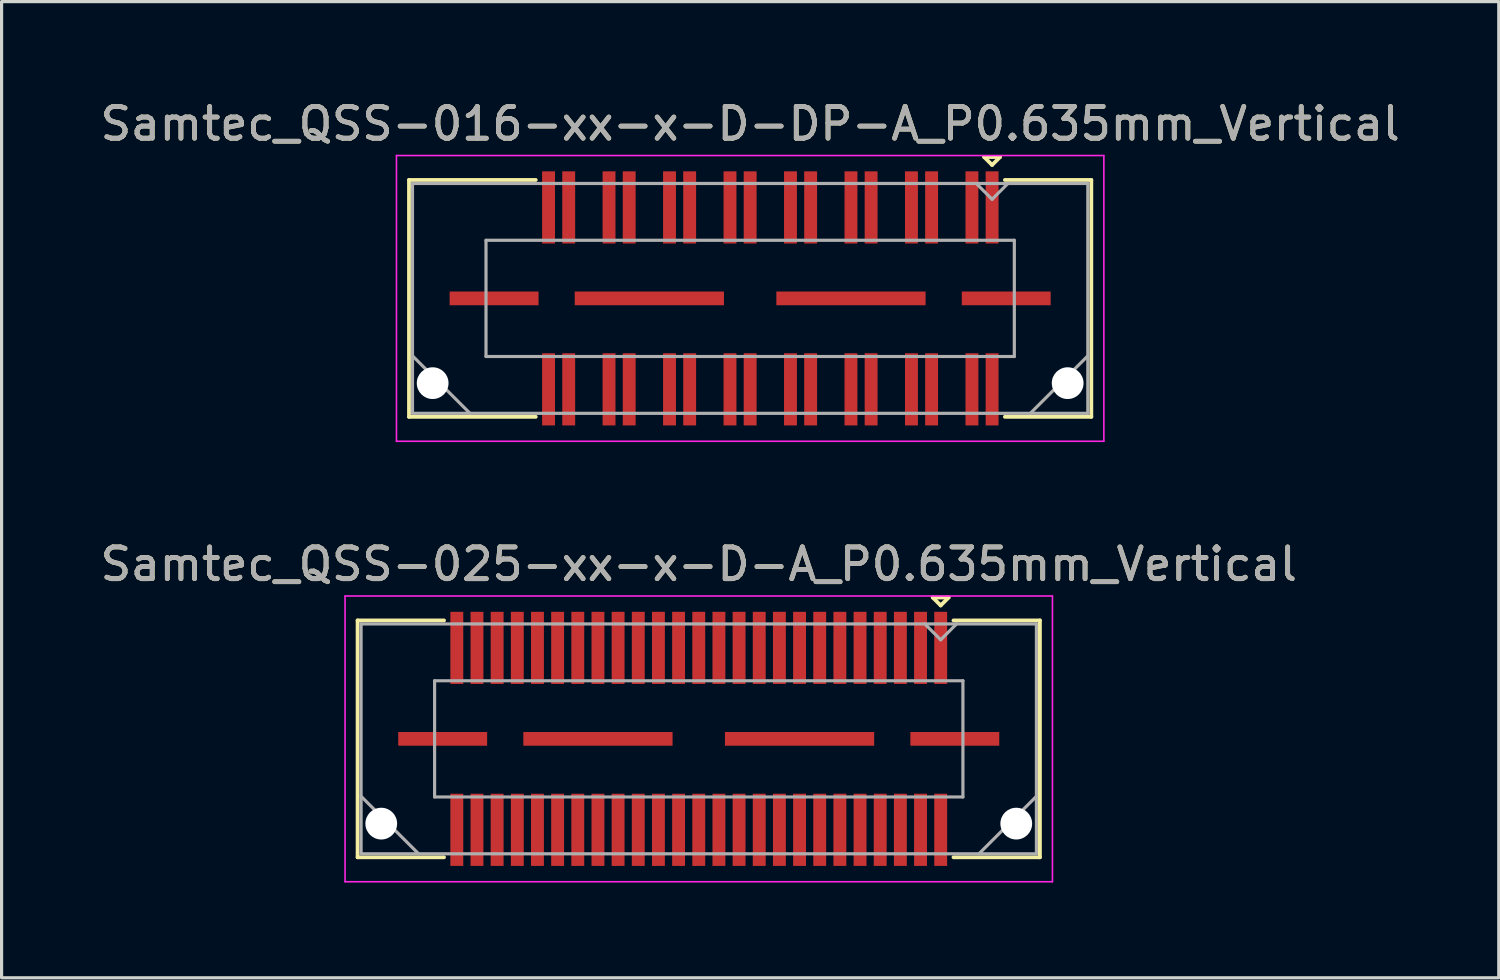
<source format=kicad_pcb>
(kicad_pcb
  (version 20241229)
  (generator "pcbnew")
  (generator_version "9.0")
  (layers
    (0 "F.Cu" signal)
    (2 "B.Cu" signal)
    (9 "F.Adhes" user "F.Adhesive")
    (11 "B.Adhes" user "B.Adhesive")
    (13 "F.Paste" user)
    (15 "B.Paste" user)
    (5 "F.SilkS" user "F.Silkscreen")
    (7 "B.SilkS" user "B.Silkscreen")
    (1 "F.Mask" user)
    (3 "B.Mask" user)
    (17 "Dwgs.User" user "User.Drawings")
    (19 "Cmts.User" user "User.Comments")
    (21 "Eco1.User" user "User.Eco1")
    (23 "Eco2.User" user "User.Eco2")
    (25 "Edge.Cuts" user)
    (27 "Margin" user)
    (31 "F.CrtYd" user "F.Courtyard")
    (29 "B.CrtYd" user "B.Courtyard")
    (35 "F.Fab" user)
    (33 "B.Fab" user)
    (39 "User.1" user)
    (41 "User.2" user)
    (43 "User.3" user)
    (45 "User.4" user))
  (footprint "Samtec_QSS-025-xx-x-D-A_P0.635mm_Vertical"
    (layer "F.Cu")
    (at 18.958 20.221)
    (property "Reference" "Samtec_QSS-025-xx-x-D-A_P0.635mm_Vertical" (at 0 -5.5 0) (layer "F.SilkS") (effects (font (size 1 1) (thickness 0.15))))
    (attr smd)
    (fp_line (start -10.745 -3.73) (end -8.023 -3.73) (stroke (width 0.12) (type solid)) (layer "F.SilkS"))
    (fp_line (start -10.745 3.73) (end -10.745 -3.73) (stroke (width 0.12) (type solid)) (layer "F.SilkS"))
    (fp_line (start -8.023 3.73) (end -10.745 3.73) (stroke (width 0.12) (type solid)) (layer "F.SilkS"))
    (fp_line (start 7.37 -4.452) (end 7.87 -4.452) (stroke (width 0.12) (type solid)) (layer "F.SilkS"))
    (fp_line (start 7.62 -4.202) (end 7.37 -4.452) (stroke (width 0.12) (type solid)) (layer "F.SilkS"))
    (fp_line (start 7.87 -4.452) (end 7.62 -4.202) (stroke (width 0.12) (type solid)) (layer "F.SilkS"))
    (fp_line (start 8.023 3.73) (end 10.745 3.73) (stroke (width 0.12) (type solid)) (layer "F.SilkS"))
    (fp_line (start 10.745 -3.73) (end 8.023 -3.73) (stroke (width 0.12) (type solid)) (layer "F.SilkS"))
    (fp_line (start 10.745 3.73) (end 10.745 -3.73) (stroke (width 0.12) (type solid)) (layer "F.SilkS"))
    (fp_line (start -11.14 -4.5) (end -11.14 4.5) (stroke (width 0.05) (type solid)) (layer "F.CrtYd"))
    (fp_line (start -11.14 4.5) (end 11.14 4.5) (stroke (width 0.05) (type solid)) (layer "F.CrtYd"))
    (fp_line (start 11.14 -4.5) (end -11.14 -4.5) (stroke (width 0.05) (type solid)) (layer "F.CrtYd"))
    (fp_line (start 11.14 4.5) (end 11.14 -4.5) (stroke (width 0.05) (type solid)) (layer "F.CrtYd"))
    (fp_line (start -10.635 -3.62) (end -10.635 3.62) (stroke (width 0.1) (type solid)) (layer "F.Fab"))
    (fp_line (start -10.635 1.81) (end -8.825 3.62) (stroke (width 0.1) (type solid)) (layer "F.Fab"))
    (fp_line (start -10.635 3.62) (end 10.635 3.62) (stroke (width 0.1) (type solid)) (layer "F.Fab"))
    (fp_line (start -8.32 -1.83) (end -8.32 1.83) (stroke (width 0.1) (type solid)) (layer "F.Fab"))
    (fp_line (start -8.32 1.83) (end 8.32 1.83) (stroke (width 0.1) (type solid)) (layer "F.Fab"))
    (fp_line (start 7.62 -3.12) (end 7.12 -3.62) (stroke (width 0.1) (type solid)) (layer "F.Fab"))
    (fp_line (start 8.12 -3.62) (end 7.62 -3.12) (stroke (width 0.1) (type solid)) (layer "F.Fab"))
    (fp_line (start 8.32 -1.83) (end -8.32 -1.83) (stroke (width 0.1) (type solid)) (layer "F.Fab"))
    (fp_line (start 8.32 1.83) (end 8.32 -1.83) (stroke (width 0.1) (type solid)) (layer "F.Fab"))
    (fp_line (start 10.635 -3.62) (end -10.635 -3.62) (stroke (width 0.1) (type solid)) (layer "F.Fab"))
    (fp_line (start 10.635 1.81) (end 8.825 3.62) (stroke (width 0.1) (type solid)) (layer "F.Fab"))
    (fp_line (start 10.635 3.62) (end 10.635 -3.62) (stroke (width 0.1) (type solid)) (layer "F.Fab"))
    (fp_text user "${REFERENCE}" (at 0 -5.5 0) (layer "F.Fab") (effects (font (size 1 1) (thickness 0.15))))
    (pad "" np_thru_hole circle (at -10 2.67) (size 1 1) (drill 1) (layers "*.Cu" "*.Mask"))
    (pad "" np_thru_hole circle (at 10 2.67) (size 1 1) (drill 1) (layers "*.Cu" "*.Mask"))
    (pad "1" smd rect (at 7.62 -2.865) (size 0.406 2.273) (layers "F.Cu" "F.Mask" "F.Paste"))
    (pad "2" smd rect (at 7.62 2.865) (size 0.406 2.273) (layers "F.Cu" "F.Mask" "F.Paste"))
    (pad "3" smd rect (at 6.985 -2.865) (size 0.406 2.273) (layers "F.Cu" "F.Mask" "F.Paste"))
    (pad "4" smd rect (at 6.985 2.865) (size 0.406 2.273) (layers "F.Cu" "F.Mask" "F.Paste"))
    (pad "5" smd rect (at 6.35 -2.865) (size 0.406 2.273) (layers "F.Cu" "F.Mask" "F.Paste"))
    (pad "6" smd rect (at 6.35 2.865) (size 0.406 2.273) (layers "F.Cu" "F.Mask" "F.Paste"))
    (pad "7" smd rect (at 5.715 -2.865) (size 0.406 2.273) (layers "F.Cu" "F.Mask" "F.Paste"))
    (pad "8" smd rect (at 5.715 2.865) (size 0.406 2.273) (layers "F.Cu" "F.Mask" "F.Paste"))
    (pad "9" smd rect (at 5.08 -2.865) (size 0.406 2.273) (layers "F.Cu" "F.Mask" "F.Paste"))
    (pad "10" smd rect (at 5.08 2.865) (size 0.406 2.273) (layers "F.Cu" "F.Mask" "F.Paste"))
    (pad "11" smd rect (at 4.445 -2.865) (size 0.406 2.273) (layers "F.Cu" "F.Mask" "F.Paste"))
    (pad "12" smd rect (at 4.445 2.865) (size 0.406 2.273) (layers "F.Cu" "F.Mask" "F.Paste"))
    (pad "13" smd rect (at 3.81 -2.865) (size 0.406 2.273) (layers "F.Cu" "F.Mask" "F.Paste"))
    (pad "14" smd rect (at 3.81 2.865) (size 0.406 2.273) (layers "F.Cu" "F.Mask" "F.Paste"))
    (pad "15" smd rect (at 3.175 -2.865) (size 0.406 2.273) (layers "F.Cu" "F.Mask" "F.Paste"))
    (pad "16" smd rect (at 3.175 2.865) (size 0.406 2.273) (layers "F.Cu" "F.Mask" "F.Paste"))
    (pad "17" smd rect (at 2.54 -2.865) (size 0.406 2.273) (layers "F.Cu" "F.Mask" "F.Paste"))
    (pad "18" smd rect (at 2.54 2.865) (size 0.406 2.273) (layers "F.Cu" "F.Mask" "F.Paste"))
    (pad "19" smd rect (at 1.905 -2.865) (size 0.406 2.273) (layers "F.Cu" "F.Mask" "F.Paste"))
    (pad "20" smd rect (at 1.905 2.865) (size 0.406 2.273) (layers "F.Cu" "F.Mask" "F.Paste"))
    (pad "21" smd rect (at 1.27 -2.865) (size 0.406 2.273) (layers "F.Cu" "F.Mask" "F.Paste"))
    (pad "22" smd rect (at 1.27 2.865) (size 0.406 2.273) (layers "F.Cu" "F.Mask" "F.Paste"))
    (pad "23" smd rect (at 0.635 -2.865) (size 0.406 2.273) (layers "F.Cu" "F.Mask" "F.Paste"))
    (pad "24" smd rect (at 0.635 2.865) (size 0.406 2.273) (layers "F.Cu" "F.Mask" "F.Paste"))
    (pad "25" smd rect (at 0 -2.865) (size 0.406 2.273) (layers "F.Cu" "F.Mask" "F.Paste"))
    (pad "26" smd rect (at 0 2.865) (size 0.406 2.273) (layers "F.Cu" "F.Mask" "F.Paste"))
    (pad "27" smd rect (at -0.635 -2.865) (size 0.406 2.273) (layers "F.Cu" "F.Mask" "F.Paste"))
    (pad "28" smd rect (at -0.635 2.865) (size 0.406 2.273) (layers "F.Cu" "F.Mask" "F.Paste"))
    (pad "29" smd rect (at -1.27 -2.865) (size 0.406 2.273) (layers "F.Cu" "F.Mask" "F.Paste"))
    (pad "30" smd rect (at -1.27 2.865) (size 0.406 2.273) (layers "F.Cu" "F.Mask" "F.Paste"))
    (pad "31" smd rect (at -1.905 -2.865) (size 0.406 2.273) (layers "F.Cu" "F.Mask" "F.Paste"))
    (pad "32" smd rect (at -1.905 2.865) (size 0.406 2.273) (layers "F.Cu" "F.Mask" "F.Paste"))
    (pad "33" smd rect (at -2.54 -2.865) (size 0.406 2.273) (layers "F.Cu" "F.Mask" "F.Paste"))
    (pad "34" smd rect (at -2.54 2.865) (size 0.406 2.273) (layers "F.Cu" "F.Mask" "F.Paste"))
    (pad "35" smd rect (at -3.175 -2.865) (size 0.406 2.273) (layers "F.Cu" "F.Mask" "F.Paste"))
    (pad "36" smd rect (at -3.175 2.865) (size 0.406 2.273) (layers "F.Cu" "F.Mask" "F.Paste"))
    (pad "37" smd rect (at -3.81 -2.865) (size 0.406 2.273) (layers "F.Cu" "F.Mask" "F.Paste"))
    (pad "38" smd rect (at -3.81 2.865) (size 0.406 2.273) (layers "F.Cu" "F.Mask" "F.Paste"))
    (pad "39" smd rect (at -4.445 -2.865) (size 0.406 2.273) (layers "F.Cu" "F.Mask" "F.Paste"))
    (pad "40" smd rect (at -4.445 2.865) (size 0.406 2.273) (layers "F.Cu" "F.Mask" "F.Paste"))
    (pad "41" smd rect (at -5.08 -2.865) (size 0.406 2.273) (layers "F.Cu" "F.Mask" "F.Paste"))
    (pad "42" smd rect (at -5.08 2.865) (size 0.406 2.273) (layers "F.Cu" "F.Mask" "F.Paste"))
    (pad "43" smd rect (at -5.715 -2.865) (size 0.406 2.273) (layers "F.Cu" "F.Mask" "F.Paste"))
    (pad "44" smd rect (at -5.715 2.865) (size 0.406 2.273) (layers "F.Cu" "F.Mask" "F.Paste"))
    (pad "45" smd rect (at -6.35 -2.865) (size 0.406 2.273) (layers "F.Cu" "F.Mask" "F.Paste"))
    (pad "46" smd rect (at -6.35 2.865) (size 0.406 2.273) (layers "F.Cu" "F.Mask" "F.Paste"))
    (pad "47" smd rect (at -6.985 -2.865) (size 0.406 2.273) (layers "F.Cu" "F.Mask" "F.Paste"))
    (pad "48" smd rect (at -6.985 2.865) (size 0.406 2.273) (layers "F.Cu" "F.Mask" "F.Paste"))
    (pad "49" smd rect (at -7.62 -2.865) (size 0.406 2.273) (layers "F.Cu" "F.Mask" "F.Paste"))
    (pad "50" smd rect (at -7.62 2.865) (size 0.406 2.273) (layers "F.Cu" "F.Mask" "F.Paste"))
    (pad "P1" smd rect (at -8.065 0) (size 2.8 0.432) (layers "F.Cu" "F.Mask" "F.Paste"))
    (pad "P1" smd rect (at -3.175 0) (size 4.7 0.432) (layers "F.Cu" "F.Mask" "F.Paste"))
    (pad "P1" smd rect (at 3.175 0) (size 4.7 0.432) (layers "F.Cu" "F.Mask" "F.Paste"))
    (pad "P1" smd rect (at 8.065 0) (size 2.8 0.432) (layers "F.Cu" "F.Mask" "F.Paste")))
  (footprint "Samtec_QSS-016-xx-x-D-DP-A_P0.635mm_Vertical"
    (layer "F.Cu")
    (at 20.577 6.348)
    (property "Reference" "Samtec_QSS-016-xx-x-D-DP-A_P0.635mm_Vertical" (at 0 -5.5 0) (layer "F.SilkS") (effects (font (size 1 1) (thickness 0.15))))
    (attr smd)
    (fp_line (start -10.745 -3.73) (end -6.753 -3.73) (stroke (width 0.12) (type solid)) (layer "F.SilkS"))
    (fp_line (start -10.745 3.73) (end -10.745 -3.73) (stroke (width 0.12) (type solid)) (layer "F.SilkS"))
    (fp_line (start -6.753 3.73) (end -10.745 3.73) (stroke (width 0.12) (type solid)) (layer "F.SilkS"))
    (fp_line (start 7.37 -4.452) (end 7.87 -4.452) (stroke (width 0.12) (type solid)) (layer "F.SilkS"))
    (fp_line (start 7.62 -4.202) (end 7.37 -4.452) (stroke (width 0.12) (type solid)) (layer "F.SilkS"))
    (fp_line (start 7.87 -4.452) (end 7.62 -4.202) (stroke (width 0.12) (type solid)) (layer "F.SilkS"))
    (fp_line (start 8.023 3.73) (end 10.745 3.73) (stroke (width 0.12) (type solid)) (layer "F.SilkS"))
    (fp_line (start 10.745 -3.73) (end 8.023 -3.73) (stroke (width 0.12) (type solid)) (layer "F.SilkS"))
    (fp_line (start 10.745 3.73) (end 10.745 -3.73) (stroke (width 0.12) (type solid)) (layer "F.SilkS"))
    (fp_line (start -11.14 -4.5) (end -11.14 4.5) (stroke (width 0.05) (type solid)) (layer "F.CrtYd"))
    (fp_line (start -11.14 4.5) (end 11.14 4.5) (stroke (width 0.05) (type solid)) (layer "F.CrtYd"))
    (fp_line (start 11.14 -4.5) (end -11.14 -4.5) (stroke (width 0.05) (type solid)) (layer "F.CrtYd"))
    (fp_line (start 11.14 4.5) (end 11.14 -4.5) (stroke (width 0.05) (type solid)) (layer "F.CrtYd"))
    (fp_line (start -10.635 -3.62) (end -10.635 3.62) (stroke (width 0.1) (type solid)) (layer "F.Fab"))
    (fp_line (start -10.635 1.81) (end -8.825 3.62) (stroke (width 0.1) (type solid)) (layer "F.Fab"))
    (fp_line (start -10.635 3.62) (end 10.635 3.62) (stroke (width 0.1) (type solid)) (layer "F.Fab"))
    (fp_line (start -8.32 -1.83) (end -8.32 1.83) (stroke (width 0.1) (type solid)) (layer "F.Fab"))
    (fp_line (start -8.32 1.83) (end 8.32 1.83) (stroke (width 0.1) (type solid)) (layer "F.Fab"))
    (fp_line (start 7.62 -3.12) (end 7.12 -3.62) (stroke (width 0.1) (type solid)) (layer "F.Fab"))
    (fp_line (start 8.12 -3.62) (end 7.62 -3.12) (stroke (width 0.1) (type solid)) (layer "F.Fab"))
    (fp_line (start 8.32 -1.83) (end -8.32 -1.83) (stroke (width 0.1) (type solid)) (layer "F.Fab"))
    (fp_line (start 8.32 1.83) (end 8.32 -1.83) (stroke (width 0.1) (type solid)) (layer "F.Fab"))
    (fp_line (start 10.635 -3.62) (end -10.635 -3.62) (stroke (width 0.1) (type solid)) (layer "F.Fab"))
    (fp_line (start 10.635 1.81) (end 8.825 3.62) (stroke (width 0.1) (type solid)) (layer "F.Fab"))
    (fp_line (start 10.635 3.62) (end 10.635 -3.62) (stroke (width 0.1) (type solid)) (layer "F.Fab"))
    (fp_text user "${REFERENCE}" (at 0 -5.5 0) (layer "F.Fab") (effects (font (size 1 1) (thickness 0.15))))
    (pad "" np_thru_hole circle (at -10 2.67) (size 1 1) (drill 1) (layers "*.Cu" "*.Mask"))
    (pad "" np_thru_hole circle (at 10 2.67) (size 1 1) (drill 1) (layers "*.Cu" "*.Mask"))
    (pad "1" smd rect (at 7.62 -2.865) (size 0.406 2.273) (layers "F.Cu" "F.Mask" "F.Paste"))
    (pad "2" smd rect (at 7.62 2.865) (size 0.406 2.273) (layers "F.Cu" "F.Mask" "F.Paste"))
    (pad "3" smd rect (at 6.985 -2.865) (size 0.406 2.273) (layers "F.Cu" "F.Mask" "F.Paste"))
    (pad "4" smd rect (at 6.985 2.865) (size 0.406 2.273) (layers "F.Cu" "F.Mask" "F.Paste"))
    (pad "5" smd rect (at 5.715 -2.865) (size 0.406 2.273) (layers "F.Cu" "F.Mask" "F.Paste"))
    (pad "6" smd rect (at 5.715 2.865) (size 0.406 2.273) (layers "F.Cu" "F.Mask" "F.Paste"))
    (pad "7" smd rect (at 5.08 -2.865) (size 0.406 2.273) (layers "F.Cu" "F.Mask" "F.Paste"))
    (pad "8" smd rect (at 5.08 2.865) (size 0.406 2.273) (layers "F.Cu" "F.Mask" "F.Paste"))
    (pad "9" smd rect (at 3.81 -2.865) (size 0.406 2.273) (layers "F.Cu" "F.Mask" "F.Paste"))
    (pad "10" smd rect (at 3.81 2.865) (size 0.406 2.273) (layers "F.Cu" "F.Mask" "F.Paste"))
    (pad "11" smd rect (at 3.175 -2.865) (size 0.406 2.273) (layers "F.Cu" "F.Mask" "F.Paste"))
    (pad "12" smd rect (at 3.175 2.865) (size 0.406 2.273) (layers "F.Cu" "F.Mask" "F.Paste"))
    (pad "13" smd rect (at 1.905 -2.865) (size 0.406 2.273) (layers "F.Cu" "F.Mask" "F.Paste"))
    (pad "14" smd rect (at 1.905 2.865) (size 0.406 2.273) (layers "F.Cu" "F.Mask" "F.Paste"))
    (pad "15" smd rect (at 1.27 -2.865) (size 0.406 2.273) (layers "F.Cu" "F.Mask" "F.Paste"))
    (pad "16" smd rect (at 1.27 2.865) (size 0.406 2.273) (layers "F.Cu" "F.Mask" "F.Paste"))
    (pad "17" smd rect (at 0 -2.865) (size 0.406 2.273) (layers "F.Cu" "F.Mask" "F.Paste"))
    (pad "18" smd rect (at 0 2.865) (size 0.406 2.273) (layers "F.Cu" "F.Mask" "F.Paste"))
    (pad "19" smd rect (at -0.635 -2.865) (size 0.406 2.273) (layers "F.Cu" "F.Mask" "F.Paste"))
    (pad "20" smd rect (at -0.635 2.865) (size 0.406 2.273) (layers "F.Cu" "F.Mask" "F.Paste"))
    (pad "21" smd rect (at -1.905 -2.865) (size 0.406 2.273) (layers "F.Cu" "F.Mask" "F.Paste"))
    (pad "22" smd rect (at -1.905 2.865) (size 0.406 2.273) (layers "F.Cu" "F.Mask" "F.Paste"))
    (pad "23" smd rect (at -2.54 -2.865) (size 0.406 2.273) (layers "F.Cu" "F.Mask" "F.Paste"))
    (pad "24" smd rect (at -2.54 2.865) (size 0.406 2.273) (layers "F.Cu" "F.Mask" "F.Paste"))
    (pad "25" smd rect (at -3.81 -2.865) (size 0.406 2.273) (layers "F.Cu" "F.Mask" "F.Paste"))
    (pad "26" smd rect (at -3.81 2.865) (size 0.406 2.273) (layers "F.Cu" "F.Mask" "F.Paste"))
    (pad "27" smd rect (at -4.445 -2.865) (size 0.406 2.273) (layers "F.Cu" "F.Mask" "F.Paste"))
    (pad "28" smd rect (at -4.445 2.865) (size 0.406 2.273) (layers "F.Cu" "F.Mask" "F.Paste"))
    (pad "29" smd rect (at -5.715 -2.865) (size 0.406 2.273) (layers "F.Cu" "F.Mask" "F.Paste"))
    (pad "30" smd rect (at -5.715 2.865) (size 0.406 2.273) (layers "F.Cu" "F.Mask" "F.Paste"))
    (pad "31" smd rect (at -6.35 -2.865) (size 0.406 2.273) (layers "F.Cu" "F.Mask" "F.Paste"))
    (pad "32" smd rect (at -6.35 2.865) (size 0.406 2.273) (layers "F.Cu" "F.Mask" "F.Paste"))
    (pad "P1" smd rect (at -8.065 0) (size 2.8 0.432) (layers "F.Cu" "F.Mask" "F.Paste"))
    (pad "P1" smd rect (at -3.175 0) (size 4.7 0.432) (layers "F.Cu" "F.Mask" "F.Paste"))
    (pad "P1" smd rect (at 3.175 0) (size 4.7 0.432) (layers "F.Cu" "F.Mask" "F.Paste"))
    (pad "P1" smd rect (at 8.065 0) (size 2.8 0.432) (layers "F.Cu" "F.Mask" "F.Paste")))
  (gr_rect
    (start -3 -3)
    (end 44.155 27.747)
    (stroke (width 0.1) (type default))
    (fill no)
    (layer "Edge.Cuts")))
</source>
